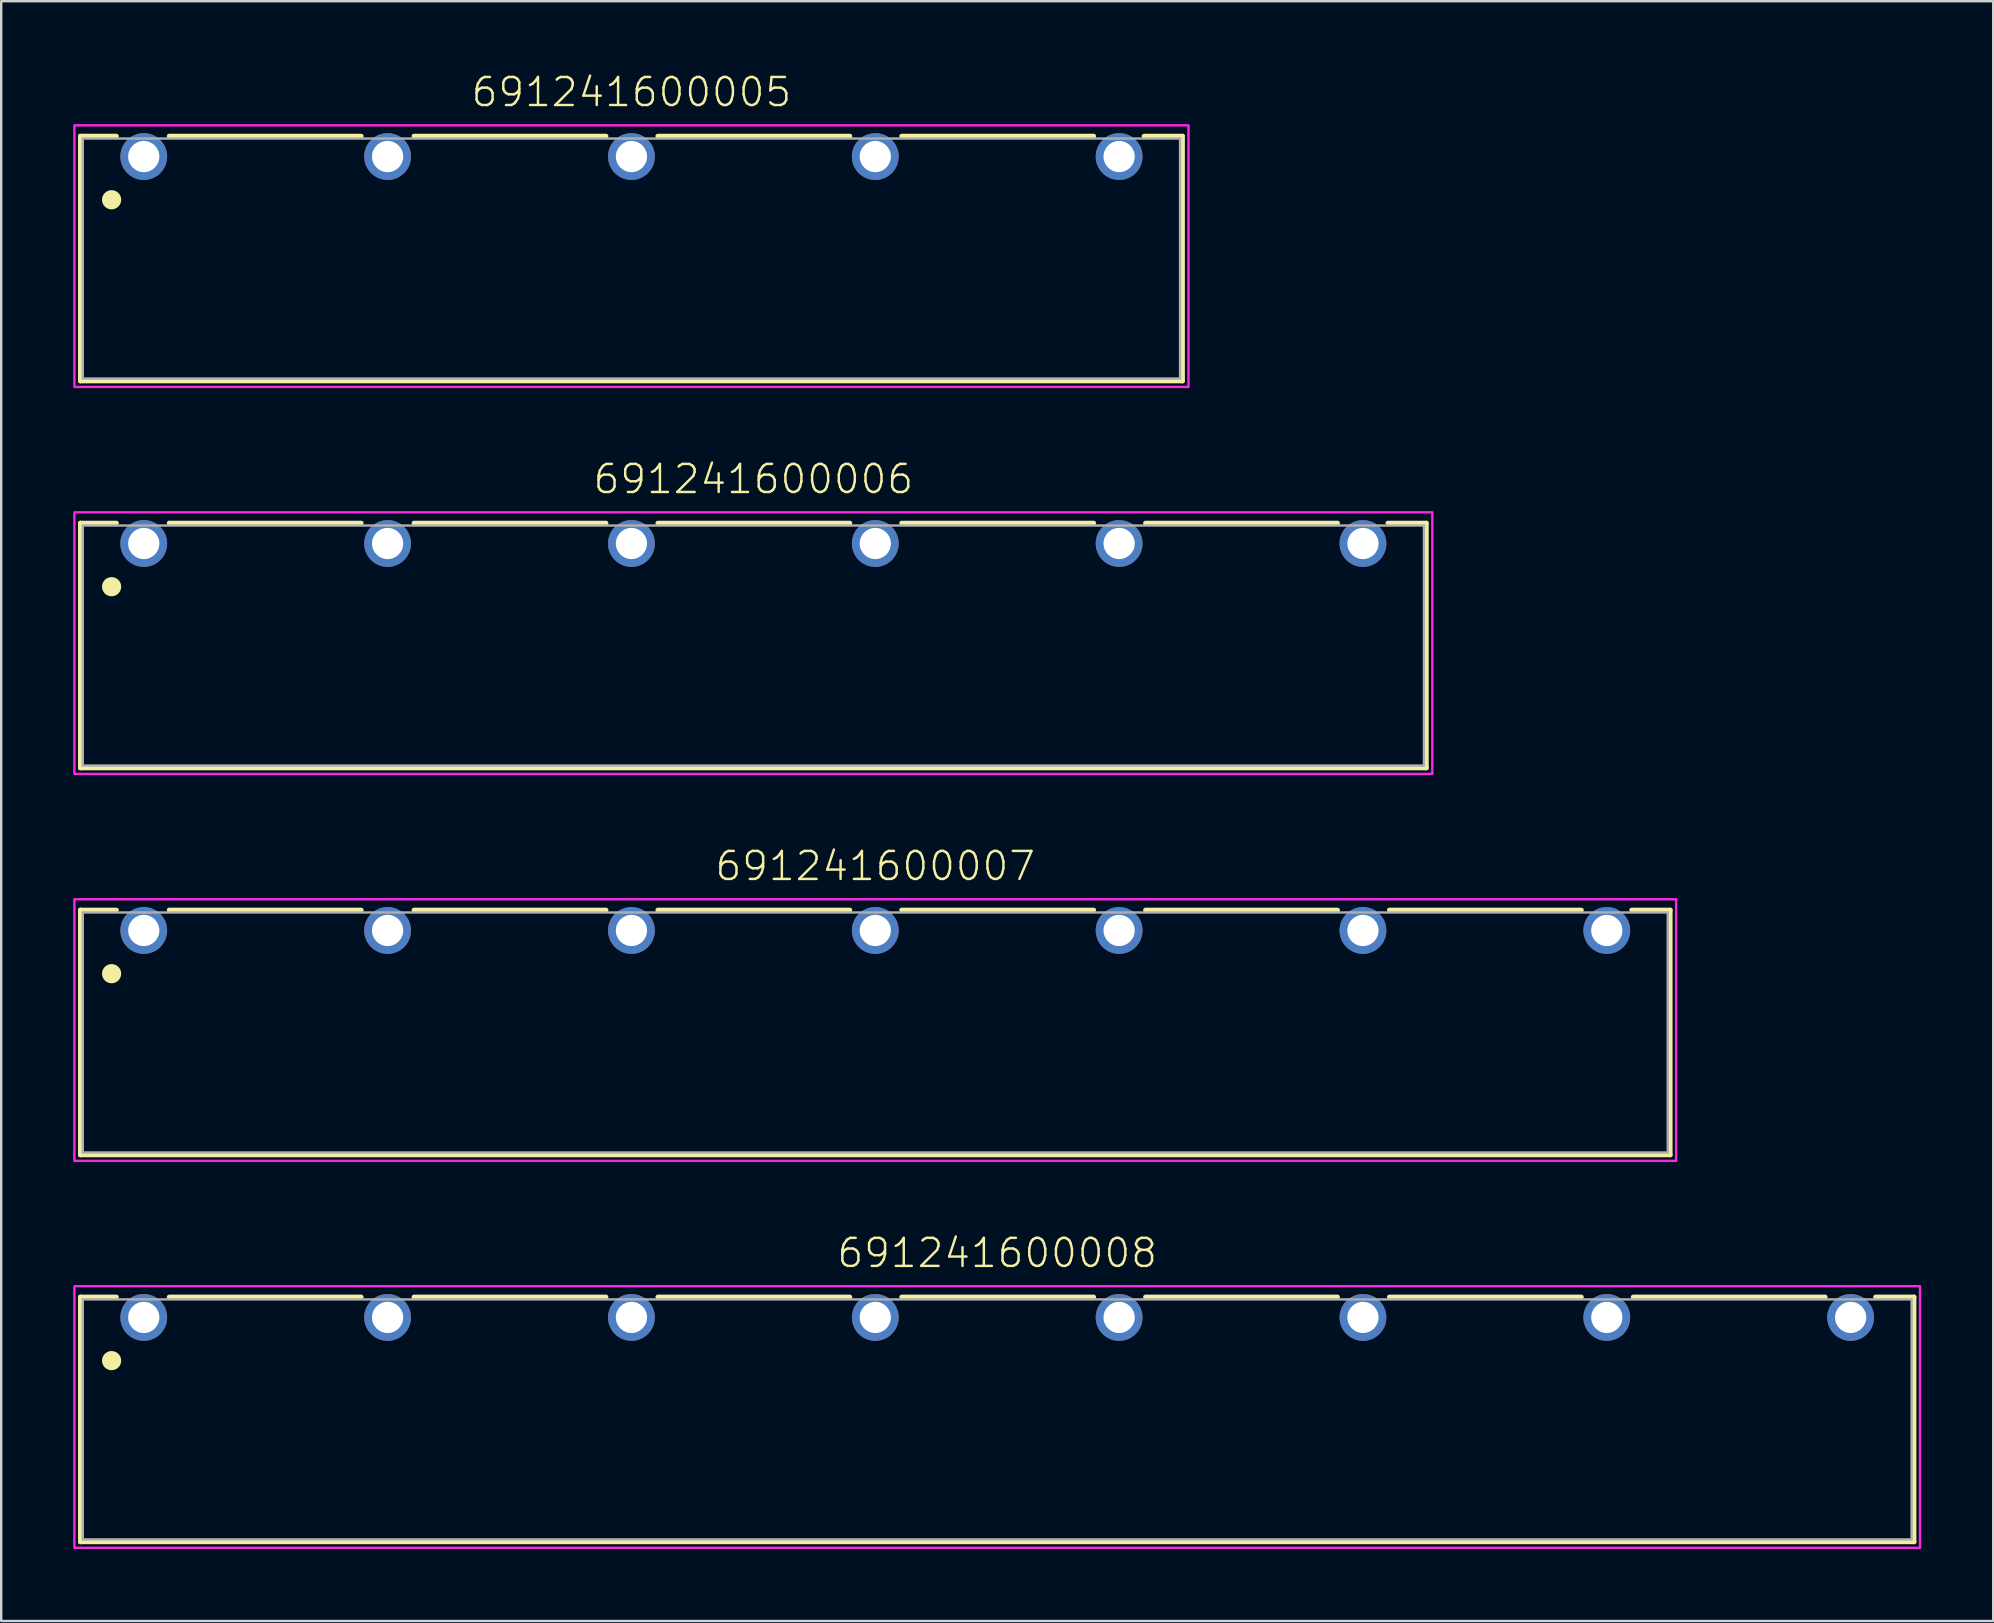
<source format=kicad_pcb>
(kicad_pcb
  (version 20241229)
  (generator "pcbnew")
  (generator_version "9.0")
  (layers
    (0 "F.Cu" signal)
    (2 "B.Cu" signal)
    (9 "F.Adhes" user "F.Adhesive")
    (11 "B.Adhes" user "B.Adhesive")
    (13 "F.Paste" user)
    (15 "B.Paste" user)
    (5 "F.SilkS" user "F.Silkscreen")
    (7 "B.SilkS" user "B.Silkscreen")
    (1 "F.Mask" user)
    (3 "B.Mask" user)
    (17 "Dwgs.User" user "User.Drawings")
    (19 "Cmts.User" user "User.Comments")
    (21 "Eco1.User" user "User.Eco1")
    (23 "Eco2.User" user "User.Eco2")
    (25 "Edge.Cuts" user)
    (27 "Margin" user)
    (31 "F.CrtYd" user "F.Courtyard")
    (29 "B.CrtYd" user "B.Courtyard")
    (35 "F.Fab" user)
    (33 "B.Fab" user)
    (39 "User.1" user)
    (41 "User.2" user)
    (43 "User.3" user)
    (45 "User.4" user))
  (footprint "691241600006"
    (layer "F.Cu")
    (at 28.34 19.596)
    (property "Reference" "691241600006" (at 0 -2 0) (unlocked yes) (layer "F.SilkS") (effects (font (size 1.168 1.168) (thickness 0.102)) (justify bottom)))
    (fp_line (start -28.04 -0.85) (end -26.54 -0.85) (stroke (width 0.2) (type solid)) (layer "F.SilkS"))
    (fp_line (start -28.04 9.35) (end -28.04 -0.85) (stroke (width 0.2) (type solid)) (layer "F.SilkS"))
    (fp_line (start -24.34 -0.85) (end -16.34 -0.85) (stroke (width 0.2) (type solid)) (layer "F.SilkS"))
    (fp_line (start -14.14 -0.85) (end -6.14 -0.85) (stroke (width 0.2) (type solid)) (layer "F.SilkS"))
    (fp_line (start -3.98 -0.85) (end 4.02 -0.85) (stroke (width 0.2) (type solid)) (layer "F.SilkS"))
    (fp_line (start 6.18 -0.85) (end 14.18 -0.85) (stroke (width 0.2) (type solid)) (layer "F.SilkS"))
    (fp_line (start 16.34 -0.85) (end 24.34 -0.85) (stroke (width 0.2) (type solid)) (layer "F.SilkS"))
    (fp_line (start 26.44 -0.85) (end 28.04 -0.85) (stroke (width 0.2) (type solid)) (layer "F.SilkS"))
    (fp_line (start 28.04 -0.85) (end 28.04 9.35) (stroke (width 0.2) (type solid)) (layer "F.SilkS"))
    (fp_line (start 28.04 9.35) (end -28.04 9.35) (stroke (width 0.2) (type solid)) (layer "F.SilkS"))
    (fp_circle (center -26.74 1.8) (end -26.54 1.8) (stroke (width 0.4) (type solid)) (fill no) (layer "F.SilkS"))
    (fp_poly (pts (xy 28.29 9.6) (xy -28.29 9.6) (xy -28.29 -1.3) (xy 28.29 -1.3)) (stroke (width 0.1) (type default)) (fill no) (layer "F.CrtYd"))
    (fp_line (start -27.94 -0.75) (end 27.94 -0.75) (stroke (width 0.1) (type solid)) (layer "F.Fab"))
    (fp_line (start -27.94 9.25) (end -27.94 -0.75) (stroke (width 0.1) (type solid)) (layer "F.Fab"))
    (fp_line (start 27.94 -0.75) (end 27.94 9.25) (stroke (width 0.1) (type solid)) (layer "F.Fab"))
    (fp_line (start 27.94 9.25) (end -27.94 9.25) (stroke (width 0.1) (type solid)) (layer "F.Fab"))
    (pad "1" thru_hole circle (at -25.4 0) (size 1.95 1.95) (drill 1.3) (layers "*.Cu" "*.Mask"))
    (pad "2" thru_hole circle (at -15.24 0) (size 1.95 1.95) (drill 1.3) (layers "*.Cu" "*.Mask"))
    (pad "3" thru_hole circle (at -5.08 0) (size 1.95 1.95) (drill 1.3) (layers "*.Cu" "*.Mask"))
    (pad "4" thru_hole circle (at 5.08 0) (size 1.95 1.95) (drill 1.3) (layers "*.Cu" "*.Mask"))
    (pad "5" thru_hole circle (at 15.24 0) (size 1.95 1.95) (drill 1.3) (layers "*.Cu" "*.Mask"))
    (pad "6" thru_hole circle (at 25.4 0) (size 1.95 1.95) (drill 1.3) (layers "*.Cu" "*.Mask")))
  (footprint "691241600005"
    (layer "F.Cu")
    (at 23.26 3.473)
    (property "Reference" "691241600005" (at 0 -2 0) (unlocked yes) (layer "F.SilkS") (effects (font (size 1.168 1.168) (thickness 0.102)) (justify bottom)))
    (fp_line (start -22.96 -0.85) (end -21.46 -0.85) (stroke (width 0.2) (type solid)) (layer "F.SilkS"))
    (fp_line (start -22.96 9.35) (end -22.96 -0.85) (stroke (width 0.2) (type solid)) (layer "F.SilkS"))
    (fp_line (start -19.26 -0.85) (end -11.26 -0.85) (stroke (width 0.2) (type solid)) (layer "F.SilkS"))
    (fp_line (start -9.06 -0.85) (end -1.06 -0.85) (stroke (width 0.2) (type solid)) (layer "F.SilkS"))
    (fp_line (start 1.1 -0.85) (end 9.1 -0.85) (stroke (width 0.2) (type solid)) (layer "F.SilkS"))
    (fp_line (start 11.26 -0.85) (end 19.26 -0.85) (stroke (width 0.2) (type solid)) (layer "F.SilkS"))
    (fp_line (start 21.36 -0.85) (end 22.96 -0.85) (stroke (width 0.2) (type solid)) (layer "F.SilkS"))
    (fp_line (start 22.96 -0.85) (end 22.96 9.35) (stroke (width 0.2) (type solid)) (layer "F.SilkS"))
    (fp_line (start 22.96 9.35) (end -22.96 9.35) (stroke (width 0.2) (type solid)) (layer "F.SilkS"))
    (fp_circle (center -21.66 1.8) (end -21.46 1.8) (stroke (width 0.4) (type solid)) (fill no) (layer "F.SilkS"))
    (fp_poly (pts (xy 23.21 9.6) (xy -23.21 9.6) (xy -23.21 -1.3) (xy 23.21 -1.3)) (stroke (width 0.1) (type default)) (fill no) (layer "F.CrtYd"))
    (fp_line (start -22.86 -0.75) (end 22.86 -0.75) (stroke (width 0.1) (type solid)) (layer "F.Fab"))
    (fp_line (start -22.86 9.25) (end -22.86 -0.75) (stroke (width 0.1) (type solid)) (layer "F.Fab"))
    (fp_line (start 22.86 -0.75) (end 22.86 9.25) (stroke (width 0.1) (type solid)) (layer "F.Fab"))
    (fp_line (start 22.86 9.25) (end -22.86 9.25) (stroke (width 0.1) (type solid)) (layer "F.Fab"))
    (pad "1" thru_hole circle (at -20.32 0) (size 1.95 1.95) (drill 1.3) (layers "*.Cu" "*.Mask"))
    (pad "2" thru_hole circle (at -10.16 0) (size 1.95 1.95) (drill 1.3) (layers "*.Cu" "*.Mask"))
    (pad "3" thru_hole circle (at 0 0) (size 1.95 1.95) (drill 1.3) (layers "*.Cu" "*.Mask"))
    (pad "4" thru_hole circle (at 10.16 0) (size 1.95 1.95) (drill 1.3) (layers "*.Cu" "*.Mask"))
    (pad "5" thru_hole circle (at 20.32 0) (size 1.95 1.95) (drill 1.3) (layers "*.Cu" "*.Mask")))
  (footprint "691241600008"
    (layer "F.Cu")
    (at 38.5 51.843)
    (property "Reference" "691241600008" (at 0 -2 0) (unlocked yes) (layer "F.SilkS") (effects (font (size 1.168 1.168) (thickness 0.102)) (justify bottom)))
    (fp_line (start -38.2 -0.85) (end -36.7 -0.85) (stroke (width 0.2) (type solid)) (layer "F.SilkS"))
    (fp_line (start -38.2 9.35) (end -38.2 -0.85) (stroke (width 0.2) (type solid)) (layer "F.SilkS"))
    (fp_line (start -34.5 -0.85) (end -26.5 -0.85) (stroke (width 0.2) (type solid)) (layer "F.SilkS"))
    (fp_line (start -24.3 -0.85) (end -16.3 -0.85) (stroke (width 0.2) (type solid)) (layer "F.SilkS"))
    (fp_line (start -14.14 -0.85) (end -6.14 -0.85) (stroke (width 0.2) (type solid)) (layer "F.SilkS"))
    (fp_line (start -3.98 -0.85) (end 4.02 -0.85) (stroke (width 0.2) (type solid)) (layer "F.SilkS"))
    (fp_line (start 6.18 -0.85) (end 14.18 -0.85) (stroke (width 0.2) (type solid)) (layer "F.SilkS"))
    (fp_line (start 16.34 -0.85) (end 24.34 -0.85) (stroke (width 0.2) (type solid)) (layer "F.SilkS"))
    (fp_line (start 26.5 -0.85) (end 34.5 -0.85) (stroke (width 0.2) (type solid)) (layer "F.SilkS"))
    (fp_line (start 36.6 -0.85) (end 38.2 -0.85) (stroke (width 0.2) (type solid)) (layer "F.SilkS"))
    (fp_line (start 38.2 -0.85) (end 38.2 9.35) (stroke (width 0.2) (type solid)) (layer "F.SilkS"))
    (fp_line (start 38.2 9.35) (end -38.2 9.35) (stroke (width 0.2) (type solid)) (layer "F.SilkS"))
    (fp_circle (center -36.9 1.8) (end -36.7 1.8) (stroke (width 0.4) (type solid)) (fill no) (layer "F.SilkS"))
    (fp_poly (pts (xy 38.45 9.6) (xy -38.45 9.6) (xy -38.45 -1.3) (xy 38.45 -1.3)) (stroke (width 0.1) (type default)) (fill no) (layer "F.CrtYd"))
    (fp_line (start -38.1 -0.75) (end 38.1 -0.75) (stroke (width 0.1) (type solid)) (layer "F.Fab"))
    (fp_line (start -38.1 9.25) (end -38.1 -0.75) (stroke (width 0.1) (type solid)) (layer "F.Fab"))
    (fp_line (start 38.1 -0.75) (end 38.1 9.25) (stroke (width 0.1) (type solid)) (layer "F.Fab"))
    (fp_line (start 38.1 9.25) (end -38.1 9.25) (stroke (width 0.1) (type solid)) (layer "F.Fab"))
    (pad "1" thru_hole circle (at -35.56 0) (size 1.95 1.95) (drill 1.3) (layers "*.Cu" "*.Mask"))
    (pad "2" thru_hole circle (at -25.4 0) (size 1.95 1.95) (drill 1.3) (layers "*.Cu" "*.Mask"))
    (pad "3" thru_hole circle (at -15.24 0) (size 1.95 1.95) (drill 1.3) (layers "*.Cu" "*.Mask"))
    (pad "4" thru_hole circle (at -5.08 0) (size 1.95 1.95) (drill 1.3) (layers "*.Cu" "*.Mask"))
    (pad "5" thru_hole circle (at 5.08 0) (size 1.95 1.95) (drill 1.3) (layers "*.Cu" "*.Mask"))
    (pad "6" thru_hole circle (at 15.24 0) (size 1.95 1.95) (drill 1.3) (layers "*.Cu" "*.Mask"))
    (pad "7" thru_hole circle (at 25.4 0) (size 1.95 1.95) (drill 1.3) (layers "*.Cu" "*.Mask"))
    (pad "8" thru_hole circle (at 35.56 0) (size 1.95 1.95) (drill 1.3) (layers "*.Cu" "*.Mask")))
  (footprint "691241600007"
    (layer "F.Cu")
    (at 33.42 35.72)
    (property "Reference" "691241600007" (at 0 -2 0) (unlocked yes) (layer "F.SilkS") (effects (font (size 1.168 1.168) (thickness 0.102)) (justify bottom)))
    (fp_line (start -33.12 -0.85) (end -31.62 -0.85) (stroke (width 0.2) (type solid)) (layer "F.SilkS"))
    (fp_line (start -33.12 9.35) (end -33.12 -0.85) (stroke (width 0.2) (type solid)) (layer "F.SilkS"))
    (fp_line (start -29.42 -0.85) (end -21.42 -0.85) (stroke (width 0.2) (type solid)) (layer "F.SilkS"))
    (fp_line (start -19.22 -0.85) (end -11.22 -0.85) (stroke (width 0.2) (type solid)) (layer "F.SilkS"))
    (fp_line (start -9.06 -0.85) (end -1.06 -0.85) (stroke (width 0.2) (type solid)) (layer "F.SilkS"))
    (fp_line (start 1.1 -0.85) (end 9.1 -0.85) (stroke (width 0.2) (type solid)) (layer "F.SilkS"))
    (fp_line (start 11.26 -0.85) (end 19.26 -0.85) (stroke (width 0.2) (type solid)) (layer "F.SilkS"))
    (fp_line (start 21.42 -0.85) (end 29.42 -0.85) (stroke (width 0.2) (type solid)) (layer "F.SilkS"))
    (fp_line (start 31.52 -0.85) (end 33.12 -0.85) (stroke (width 0.2) (type solid)) (layer "F.SilkS"))
    (fp_line (start 33.12 -0.85) (end 33.12 9.35) (stroke (width 0.2) (type solid)) (layer "F.SilkS"))
    (fp_line (start 33.12 9.35) (end -33.12 9.35) (stroke (width 0.2) (type solid)) (layer "F.SilkS"))
    (fp_circle (center -31.82 1.8) (end -31.62 1.8) (stroke (width 0.4) (type solid)) (fill no) (layer "F.SilkS"))
    (fp_poly (pts (xy 33.37 9.6) (xy -33.37 9.6) (xy -33.37 -1.3) (xy 33.37 -1.3)) (stroke (width 0.1) (type default)) (fill no) (layer "F.CrtYd"))
    (fp_line (start -33.02 -0.75) (end 33.02 -0.75) (stroke (width 0.1) (type solid)) (layer "F.Fab"))
    (fp_line (start -33.02 9.25) (end -33.02 -0.75) (stroke (width 0.1) (type solid)) (layer "F.Fab"))
    (fp_line (start 33.02 -0.75) (end 33.02 9.25) (stroke (width 0.1) (type solid)) (layer "F.Fab"))
    (fp_line (start 33.02 9.25) (end -33.02 9.25) (stroke (width 0.1) (type solid)) (layer "F.Fab"))
    (pad "1" thru_hole circle (at -30.48 0) (size 1.95 1.95) (drill 1.3) (layers "*.Cu" "*.Mask"))
    (pad "2" thru_hole circle (at -20.32 0) (size 1.95 1.95) (drill 1.3) (layers "*.Cu" "*.Mask"))
    (pad "3" thru_hole circle (at -10.16 0) (size 1.95 1.95) (drill 1.3) (layers "*.Cu" "*.Mask"))
    (pad "4" thru_hole circle (at 0 0) (size 1.95 1.95) (drill 1.3) (layers "*.Cu" "*.Mask"))
    (pad "5" thru_hole circle (at 10.16 0) (size 1.95 1.95) (drill 1.3) (layers "*.Cu" "*.Mask"))
    (pad "6" thru_hole circle (at 20.32 0) (size 1.95 1.95) (drill 1.3) (layers "*.Cu" "*.Mask"))
    (pad "7" thru_hole circle (at 30.48 0) (size 1.95 1.95) (drill 1.3) (layers "*.Cu" "*.Mask")))
  (gr_rect
    (start -3 -3)
    (end 80 64.493)
    (stroke (width 0.1) (type default))
    (fill no)
    (layer "Edge.Cuts")))
</source>
